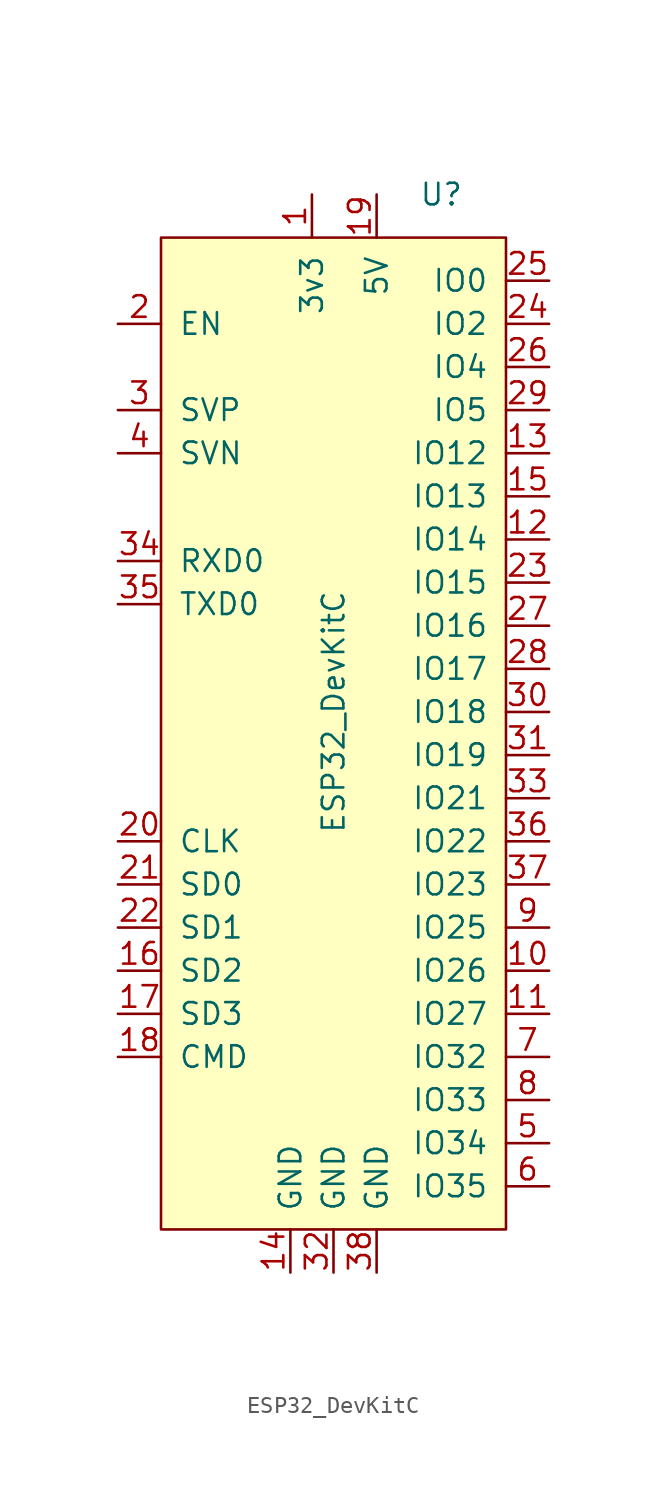
<source format=kicad_sym>
(kicad_symbol_lib
  (version 20211014)
  (generator kicad_symbol_editor)
  (symbol "ESP32_DevKitC"
    (pin_names
      (offset 1.016))
    (property "Reference" "U"
      (at 6.35 30.48 0)
      (effects (font (size 1.27 1.27))))
    (property "Value" "ESP32_DevKitC"
      (at 0 0 90)
      (effects (font (size 1.27 1.27))))
    (symbol "ESP32_DevKitC_0_0"
      (pin power_in line (at -1.27 30.48 270) (length 2.54) (name "3v3" (effects (font (size 1.27 1.27)))) (number "1" (effects (font (size 1.27 1.27)))))
      (pin bidirectional line (at 12.7 -15.24 180) (length 2.54) (name "IO26" (effects (font (size 1.27 1.27)))) (number "10" (effects (font (size 1.27 1.27)))))
      (pin bidirectional line (at 12.7 -17.78 180) (length 2.54) (name "IO27" (effects (font (size 1.27 1.27)))) (number "11" (effects (font (size 1.27 1.27)))))
      (pin bidirectional line (at 12.7 10.16 180) (length 2.54) (name "IO14" (effects (font (size 1.27 1.27)))) (number "12" (effects (font (size 1.27 1.27)))))
      (pin bidirectional line (at 12.7 15.24 180) (length 2.54) (name "IO12" (effects (font (size 1.27 1.27)))) (number "13" (effects (font (size 1.27 1.27)))))
      (pin passive line (at -2.54 -33.02 90) (length 2.54) (name "GND" (effects (font (size 1.27 1.27)))) (number "14" (effects (font (size 1.27 1.27)))))
      (pin bidirectional line (at 12.7 12.7 180) (length 2.54) (name "IO13" (effects (font (size 1.27 1.27)))) (number "15" (effects (font (size 1.27 1.27)))))
      (pin bidirectional line (at -12.7 -15.24 0) (length 2.54) (name "SD2" (effects (font (size 1.27 1.27)))) (number "16" (effects (font (size 1.27 1.27)))))
      (pin bidirectional line (at -12.7 -17.78 0) (length 2.54) (name "SD3" (effects (font (size 1.27 1.27)))) (number "17" (effects (font (size 1.27 1.27)))))
      (pin bidirectional line (at -12.7 -20.32 0) (length 2.54) (name "CMD" (effects (font (size 1.27 1.27)))) (number "18" (effects (font (size 1.27 1.27)))))
      (pin input line (at 2.54 30.48 270) (length 2.54) (name "5V" (effects (font (size 1.27 1.27)))) (number "19" (effects (font (size 1.27 1.27)))))
      (pin input line (at -12.7 22.86 0) (length 2.54) (name "EN" (effects (font (size 1.27 1.27)))) (number "2" (effects (font (size 1.27 1.27)))))
      (pin bidirectional line (at -12.7 17.78 0) (length 2.54) (name "SVP" (effects (font (size 1.27 1.27)))) (number "3" (effects (font (size 1.27 1.27)))))
      (pin bidirectional line (at -12.7 15.24 0) (length 2.54) (name "SVN" (effects (font (size 1.27 1.27)))) (number "4" (effects (font (size 1.27 1.27)))))
      (pin bidirectional line (at 12.7 -25.4 180) (length 2.54) (name "IO34" (effects (font (size 1.27 1.27)))) (number "5" (effects (font (size 1.27 1.27)))))
      (pin bidirectional line (at 12.7 -27.94 180) (length 2.54) (name "IO35" (effects (font (size 1.27 1.27)))) (number "6" (effects (font (size 1.27 1.27)))))
      (pin bidirectional line (at 12.7 -20.32 180) (length 2.54) (name "IO32" (effects (font (size 1.27 1.27)))) (number "7" (effects (font (size 1.27 1.27)))))
      (pin bidirectional line (at 12.7 -22.86 180) (length 2.54) (name "IO33" (effects (font (size 1.27 1.27)))) (number "8" (effects (font (size 1.27 1.27)))))
      (pin bidirectional line (at 12.7 -12.7 180) (length 2.54) (name "IO25" (effects (font (size 1.27 1.27)))) (number "9" (effects (font (size 1.27 1.27))))))
    (symbol "ESP32_DevKitC_0_1"
      (rectangle (start -10.16 27.94) (end 10.16 -30.48) (stroke (width 0) (type default) (color 0 0 0 0)) (fill (type background))))
    (symbol "ESP32_DevKitC_1_1"
      (pin output line (at -12.7 -7.62 0) (length 2.54) (name "CLK" (effects (font (size 1.27 1.27)))) (number "20" (effects (font (size 1.27 1.27)))))
      (pin bidirectional line (at -12.7 -10.16 0) (length 2.54) (name "SD0" (effects (font (size 1.27 1.27)))) (number "21" (effects (font (size 1.27 1.27)))))
      (pin bidirectional line (at -12.7 -12.7 0) (length 2.54) (name "SD1" (effects (font (size 1.27 1.27)))) (number "22" (effects (font (size 1.27 1.27)))))
      (pin bidirectional line (at 12.7 7.62 180) (length 2.54) (name "IO15" (effects (font (size 1.27 1.27)))) (number "23" (effects (font (size 1.27 1.27)))))
      (pin bidirectional line (at 12.7 22.86 180) (length 2.54) (name "IO2" (effects (font (size 1.27 1.27)))) (number "24" (effects (font (size 1.27 1.27)))))
      (pin bidirectional line (at 12.7 25.4 180) (length 2.54) (name "IO0" (effects (font (size 1.27 1.27)))) (number "25" (effects (font (size 1.27 1.27)))))
      (pin bidirectional line (at 12.7 20.32 180) (length 2.54) (name "IO4" (effects (font (size 1.27 1.27)))) (number "26" (effects (font (size 1.27 1.27)))))
      (pin bidirectional line (at 12.7 5.08 180) (length 2.54) (name "IO16" (effects (font (size 1.27 1.27)))) (number "27" (effects (font (size 1.27 1.27)))))
      (pin bidirectional line (at 12.7 2.54 180) (length 2.54) (name "IO17" (effects (font (size 1.27 1.27)))) (number "28" (effects (font (size 1.27 1.27)))))
      (pin bidirectional line (at 12.7 17.78 180) (length 2.54) (name "IO5" (effects (font (size 1.27 1.27)))) (number "29" (effects (font (size 1.27 1.27)))))
      (pin bidirectional line (at 12.7 0 180) (length 2.54) (name "IO18" (effects (font (size 1.27 1.27)))) (number "30" (effects (font (size 1.27 1.27)))))
      (pin bidirectional line (at 12.7 -2.54 180) (length 2.54) (name "IO19" (effects (font (size 1.27 1.27)))) (number "31" (effects (font (size 1.27 1.27)))))
      (pin passive line (at 0 -33.02 90) (length 2.54) (name "GND" (effects (font (size 1.27 1.27)))) (number "32" (effects (font (size 1.27 1.27)))))
      (pin bidirectional line (at 12.7 -5.08 180) (length 2.54) (name "IO21" (effects (font (size 1.27 1.27)))) (number "33" (effects (font (size 1.27 1.27)))))
      (pin input line (at -12.7 8.89 0) (length 2.54) (name "RXD0" (effects (font (size 1.27 1.27)))) (number "34" (effects (font (size 1.27 1.27)))))
      (pin output line (at -12.7 6.35 0) (length 2.54) (name "TXD0" (effects (font (size 1.27 1.27)))) (number "35" (effects (font (size 1.27 1.27)))))
      (pin bidirectional line (at 12.7 -7.62 180) (length 2.54) (name "IO22" (effects (font (size 1.27 1.27)))) (number "36" (effects (font (size 1.27 1.27)))))
      (pin bidirectional line (at 12.7 -10.16 180) (length 2.54) (name "IO23" (effects (font (size 1.27 1.27)))) (number "37" (effects (font (size 1.27 1.27)))))
      (pin passive line (at 2.54 -33.02 90) (length 2.54) (name "GND" (effects (font (size 1.27 1.27)))) (number "38" (effects (font (size 1.27 1.27))))))))
</source>
